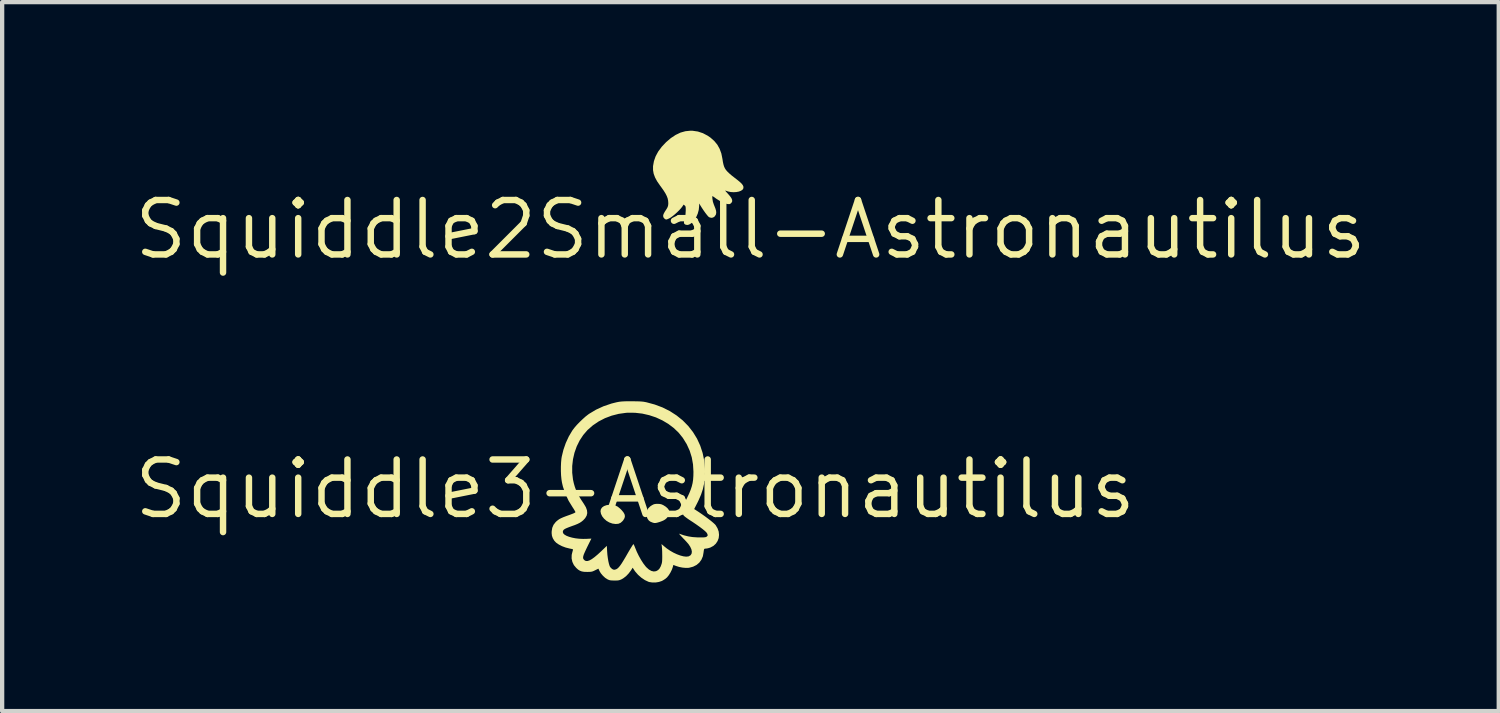
<source format=kicad_pcb>
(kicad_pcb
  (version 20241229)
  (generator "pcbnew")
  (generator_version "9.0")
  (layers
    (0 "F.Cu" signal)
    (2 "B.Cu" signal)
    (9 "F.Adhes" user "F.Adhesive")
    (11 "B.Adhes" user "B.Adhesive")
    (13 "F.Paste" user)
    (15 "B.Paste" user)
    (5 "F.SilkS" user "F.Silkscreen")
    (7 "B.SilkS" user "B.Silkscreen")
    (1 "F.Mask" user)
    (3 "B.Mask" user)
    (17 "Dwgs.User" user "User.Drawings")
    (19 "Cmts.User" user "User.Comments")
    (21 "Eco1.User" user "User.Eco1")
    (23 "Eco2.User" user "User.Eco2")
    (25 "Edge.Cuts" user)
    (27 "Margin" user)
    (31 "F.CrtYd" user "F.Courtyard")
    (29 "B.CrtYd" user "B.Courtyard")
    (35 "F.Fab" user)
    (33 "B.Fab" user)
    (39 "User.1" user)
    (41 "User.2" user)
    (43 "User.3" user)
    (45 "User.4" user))
  (footprint "Squiddle2Small-Astronautilus"
    (layer "F.Cu")
    (at 14.461 2.307)
    (property "Reference" "Squiddle2Small-Astronautilus" (at 0 0 0) (layer "F.SilkS") (effects (font (size 1.27 1.27) (thickness 0.15))))
    (attr board_only exclude_from_pos_files exclude_from_bom)
    (fp_poly (pts (xy -1.351 -2.306) (xy -1.227 -2.288) (xy -1.109 -2.249) (xy -0.997 -2.19) (xy -0.933 -2.146) (xy -0.844 -2.067) (xy -0.773 -1.981) (xy -0.719 -1.884) (xy -0.679 -1.775) (xy -0.654 -1.651) (xy -0.653 -1.647) (xy -0.643 -1.58) (xy -0.631 -1.524) (xy -0.617 -1.476) (xy -0.598 -1.433) (xy -0.572 -1.392) (xy -0.537 -1.352) (xy -0.491 -1.308) (xy -0.434 -1.259) (xy -0.362 -1.203) (xy -0.309 -1.162) (xy -0.248 -1.112) (xy -0.204 -1.07) (xy -0.176 -1.032) (xy -0.163 -0.998) (xy -0.165 -0.965) (xy -0.166 -0.961) (xy -0.185 -0.93) (xy -0.221 -0.906) (xy -0.27 -0.887) (xy -0.328 -0.876) (xy -0.392 -0.872) (xy -0.458 -0.876) (xy -0.521 -0.889) (xy -0.542 -0.896) (xy -0.569 -0.905) (xy -0.587 -0.91) (xy -0.59 -0.911) (xy -0.586 -0.904) (xy -0.569 -0.884) (xy -0.544 -0.856) (xy -0.524 -0.834) (xy -0.475 -0.777) (xy -0.443 -0.731) (xy -0.427 -0.691) (xy -0.426 -0.658) (xy -0.441 -0.629) (xy -0.451 -0.618) (xy -0.471 -0.601) (xy -0.493 -0.594) (xy -0.524 -0.595) (xy -0.529 -0.595) (xy -0.581 -0.606) (xy -0.64 -0.629) (xy -0.708 -0.665) (xy -0.788 -0.714) (xy -0.871 -0.773) (xy -0.883 -0.78) (xy -0.889 -0.779) (xy -0.89 -0.766) (xy -0.889 -0.737) (xy -0.887 -0.715) (xy -0.876 -0.649) (xy -0.853 -0.58) (xy -0.843 -0.556) (xy -0.817 -0.49) (xy -0.802 -0.438) (xy -0.798 -0.395) (xy -0.804 -0.358) (xy -0.808 -0.347) (xy -0.835 -0.306) (xy -0.872 -0.281) (xy -0.914 -0.274) (xy -0.958 -0.286) (xy -0.97 -0.293) (xy -0.99 -0.311) (xy -1.018 -0.345) (xy -1.053 -0.39) (xy -1.092 -0.445) (xy -1.132 -0.505) (xy -1.157 -0.545) (xy -1.197 -0.609) (xy -1.197 -0.551) (xy -1.206 -0.461) (xy -1.23 -0.372) (xy -1.267 -0.287) (xy -1.315 -0.215) (xy -1.337 -0.19) (xy -1.388 -0.143) (xy -1.433 -0.116) (xy -1.476 -0.107) (xy -1.517 -0.116) (xy -1.523 -0.119) (xy -1.542 -0.133) (xy -1.551 -0.154) (xy -1.551 -0.187) (xy -1.542 -0.233) (xy -1.534 -0.26) (xy -1.516 -0.347) (xy -1.51 -0.442) (xy -1.51 -0.443) (xy -1.51 -0.49) (xy -1.512 -0.521) (xy -1.516 -0.54) (xy -1.524 -0.553) (xy -1.534 -0.562) (xy -1.559 -0.583) (xy -1.591 -0.535) (xy -1.621 -0.497) (xy -1.663 -0.451) (xy -1.713 -0.402) (xy -1.765 -0.355) (xy -1.817 -0.313) (xy -1.862 -0.28) (xy -1.888 -0.265) (xy -1.928 -0.246) (xy -1.955 -0.236) (xy -1.975 -0.236) (xy -1.992 -0.245) (xy -2.009 -0.258) (xy -2.031 -0.287) (xy -2.038 -0.321) (xy -2.028 -0.362) (xy -2.001 -0.413) (xy -1.988 -0.433) (xy -1.956 -0.482) (xy -1.935 -0.52) (xy -1.923 -0.554) (xy -1.918 -0.591) (xy -1.917 -0.619) (xy -1.921 -0.674) (xy -1.932 -0.728) (xy -1.953 -0.784) (xy -1.985 -0.846) (xy -2.029 -0.916) (xy -2.086 -0.996) (xy -2.112 -1.031) (xy -2.178 -1.127) (xy -2.226 -1.216) (xy -2.258 -1.302) (xy -2.273 -1.387) (xy -2.273 -1.474) (xy -2.273 -1.48) (xy -2.252 -1.597) (xy -2.212 -1.711) (xy -2.151 -1.823) (xy -2.069 -1.933) (xy -1.968 -2.04) (xy -1.857 -2.135) (xy -1.745 -2.209) (xy -1.632 -2.263) (xy -1.518 -2.295) (xy -1.402 -2.307)) (stroke (width 0) (type solid)) (fill yes) (layer "F.SilkS")))
  (footprint "Squiddle3-Astronautilus"
    (layer "F.Cu")
    (at 11.77 8.362)
    (property "Reference" "Squiddle3-Astronautilus" (at 0 0 0) (layer "F.SilkS") (effects (font (size 1.27 1.27) (thickness 0.15))))
    (attr board_only exclude_from_pos_files exclude_from_bom)
    (fp_poly (pts (xy -0.513 0.37) (xy -0.458 0.384) (xy -0.407 0.41) (xy -0.355 0.452) (xy -0.32 0.486) (xy -0.274 0.54) (xy -0.247 0.587) (xy -0.238 0.632) (xy -0.247 0.676) (xy -0.274 0.723) (xy -0.293 0.747) (xy -0.338 0.787) (xy -0.391 0.81) (xy -0.454 0.815) (xy -0.53 0.805) (xy -0.532 0.804) (xy -0.603 0.779) (xy -0.668 0.741) (xy -0.724 0.692) (xy -0.768 0.637) (xy -0.797 0.577) (xy -0.808 0.517) (xy -0.808 0.516) (xy -0.798 0.468) (xy -0.77 0.428) (xy -0.726 0.397) (xy -0.668 0.376) (xy -0.597 0.366) (xy -0.577 0.366)) (stroke (width 0) (type solid)) (fill yes) (layer "F.SilkS"))
    (fp_poly (pts (xy 0.571 0.347) (xy 0.608 0.354) (xy 0.647 0.37) (xy 0.664 0.379) (xy 0.717 0.413) (xy 0.761 0.453) (xy 0.79 0.494) (xy 0.8 0.52) (xy 0.799 0.553) (xy 0.787 0.594) (xy 0.766 0.637) (xy 0.739 0.675) (xy 0.733 0.682) (xy 0.7 0.71) (xy 0.657 0.735) (xy 0.6 0.758) (xy 0.558 0.772) (xy 0.509 0.786) (xy 0.474 0.792) (xy 0.445 0.792) (xy 0.414 0.784) (xy 0.4 0.779) (xy 0.351 0.758) (xy 0.318 0.732) (xy 0.292 0.696) (xy 0.286 0.683) (xy 0.272 0.648) (xy 0.266 0.613) (xy 0.267 0.569) (xy 0.267 0.567) (xy 0.279 0.501) (xy 0.308 0.447) (xy 0.356 0.401) (xy 0.393 0.377) (xy 0.429 0.358) (xy 0.46 0.349) (xy 0.497 0.345) (xy 0.524 0.345)) (stroke (width 0) (type solid)) (fill yes) (layer "F.SilkS"))
    (fp_poly (pts (xy -0.003 -2.048) (xy 0.062 -2.047) (xy 0.114 -2.045) (xy 0.158 -2.042) (xy 0.196 -2.038) (xy 0.234 -2.031) (xy 0.265 -2.025) (xy 0.457 -1.973) (xy 0.639 -1.905) (xy 0.809 -1.82) (xy 0.967 -1.718) (xy 1.111 -1.602) (xy 1.239 -1.472) (xy 1.35 -1.33) (xy 1.444 -1.177) (xy 1.519 -1.014) (xy 1.575 -0.843) (xy 1.612 -0.665) (xy 1.629 -0.48) (xy 1.631 -0.404) (xy 1.625 -0.258) (xy 1.609 -0.124) (xy 1.58 0.004) (xy 1.538 0.131) (xy 1.48 0.264) (xy 1.455 0.315) (xy 1.378 0.466) (xy 1.484 0.535) (xy 1.563 0.589) (xy 1.639 0.643) (xy 1.71 0.696) (xy 1.772 0.744) (xy 1.823 0.787) (xy 1.861 0.822) (xy 1.879 0.842) (xy 1.923 0.916) (xy 1.95 0.992) (xy 1.958 1.069) (xy 1.95 1.144) (xy 1.924 1.213) (xy 1.883 1.275) (xy 1.827 1.326) (xy 1.756 1.364) (xy 1.751 1.366) (xy 1.712 1.378) (xy 1.676 1.386) (xy 1.66 1.388) (xy 1.632 1.39) (xy 1.614 1.396) (xy 1.614 1.396) (xy 1.608 1.409) (xy 1.602 1.438) (xy 1.597 1.476) (xy 1.597 1.478) (xy 1.581 1.568) (xy 1.547 1.648) (xy 1.497 1.717) (xy 1.433 1.771) (xy 1.354 1.811) (xy 1.264 1.835) (xy 1.236 1.839) (xy 1.175 1.839) (xy 1.103 1.832) (xy 1.027 1.817) (xy 0.957 1.795) (xy 0.943 1.79) (xy 0.892 1.77) (xy 0.879 1.82) (xy 0.858 1.88) (xy 0.826 1.945) (xy 0.788 2.007) (xy 0.747 2.058) (xy 0.742 2.063) (xy 0.706 2.094) (xy 0.66 2.124) (xy 0.625 2.144) (xy 0.556 2.167) (xy 0.479 2.18) (xy 0.401 2.18) (xy 0.33 2.169) (xy 0.311 2.163) (xy 0.228 2.124) (xy 0.145 2.068) (xy 0.068 2) (xy 0.001 1.923) (xy -0.028 1.881) (xy -0.057 1.835) (xy -0.098 1.899) (xy -0.151 1.969) (xy -0.211 2.032) (xy -0.275 2.081) (xy -0.314 2.104) (xy -0.346 2.118) (xy -0.373 2.127) (xy -0.403 2.132) (xy -0.444 2.134) (xy -0.482 2.134) (xy -0.535 2.133) (xy -0.572 2.13) (xy -0.602 2.124) (xy -0.63 2.113) (xy -0.641 2.108) (xy -0.698 2.072) (xy -0.753 2.021) (xy -0.801 1.964) (xy -0.829 1.916) (xy -0.857 1.857) (xy -0.934 1.895) (xy -0.969 1.912) (xy -0.998 1.923) (xy -1.025 1.929) (xy -1.059 1.932) (xy -1.105 1.933) (xy -1.122 1.933) (xy -1.191 1.931) (xy -1.244 1.922) (xy -1.289 1.905) (xy -1.332 1.878) (xy -1.375 1.839) (xy -1.429 1.774) (xy -1.464 1.7) (xy -1.482 1.619) (xy -1.48 1.535) (xy -1.464 1.469) (xy -1.453 1.43) (xy -1.451 1.408) (xy -1.455 1.403) (xy -1.471 1.399) (xy -1.501 1.393) (xy -1.531 1.387) (xy -1.622 1.364) (xy -1.707 1.332) (xy -1.782 1.293) (xy -1.844 1.25) (xy -1.886 1.205) (xy -1.921 1.147) (xy -1.941 1.09) (xy -1.948 1.026) (xy -1.947 1.003) (xy -1.687 1.003) (xy -1.677 1.034) (xy -1.648 1.063) (xy -1.602 1.09) (xy -1.543 1.113) (xy -1.472 1.133) (xy -1.392 1.149) (xy -1.306 1.159) (xy -1.215 1.163) (xy -1.143 1.162) (xy -1.021 1.156) (xy -1.109 1.333) (xy -1.147 1.412) (xy -1.176 1.475) (xy -1.197 1.524) (xy -1.209 1.562) (xy -1.214 1.59) (xy -1.213 1.613) (xy -1.207 1.631) (xy -1.204 1.636) (xy -1.178 1.664) (xy -1.147 1.679) (xy -1.109 1.679) (xy -1.064 1.664) (xy -1.01 1.634) (xy -0.947 1.588) (xy -0.873 1.526) (xy -0.788 1.448) (xy -0.779 1.439) (xy -0.66 1.325) (xy -0.653 1.454) (xy -0.647 1.533) (xy -0.637 1.61) (xy -0.625 1.682) (xy -0.611 1.744) (xy -0.596 1.792) (xy -0.586 1.814) (xy -0.562 1.843) (xy -0.533 1.867) (xy -0.531 1.868) (xy -0.504 1.881) (xy -0.48 1.882) (xy -0.455 1.876) (xy -0.431 1.866) (xy -0.405 1.848) (xy -0.378 1.821) (xy -0.348 1.784) (xy -0.313 1.734) (xy -0.273 1.669) (xy -0.225 1.589) (xy -0.186 1.521) (xy -0.149 1.457) (xy -0.115 1.4) (xy -0.085 1.351) (xy -0.062 1.314) (xy -0.046 1.291) (xy -0.039 1.285) (xy -0.031 1.295) (xy -0.019 1.321) (xy -0.004 1.357) (xy -0.000338 1.367) (xy 0.039 1.463) (xy 0.086 1.559) (xy 0.138 1.652) (xy 0.192 1.736) (xy 0.245 1.805) (xy 0.262 1.824) (xy 0.321 1.877) (xy 0.379 1.91) (xy 0.435 1.923) (xy 0.489 1.916) (xy 0.536 1.89) (xy 0.569 1.855) (xy 0.598 1.803) (xy 0.62 1.74) (xy 0.626 1.713) (xy 0.63 1.683) (xy 0.632 1.636) (xy 0.633 1.579) (xy 0.632 1.516) (xy 0.631 1.452) (xy 0.628 1.393) (xy 0.624 1.344) (xy 0.619 1.311) (xy 0.618 1.308) (xy 0.615 1.293) (xy 0.617 1.287) (xy 0.627 1.293) (xy 0.648 1.31) (xy 0.668 1.328) (xy 0.738 1.385) (xy 0.814 1.437) (xy 0.894 1.483) (xy 0.975 1.521) (xy 1.053 1.55) (xy 1.125 1.569) (xy 1.189 1.577) (xy 1.241 1.572) (xy 1.253 1.568) (xy 1.294 1.544) (xy 1.317 1.508) (xy 1.324 1.462) (xy 1.314 1.408) (xy 1.287 1.348) (xy 1.247 1.287) (xy 1.227 1.263) (xy 1.197 1.229) (xy 1.159 1.188) (xy 1.118 1.146) (xy 1.113 1.14) (xy 1.078 1.103) (xy 1.05 1.073) (xy 1.032 1.051) (xy 1.026 1.042) (xy 1.027 1.041) (xy 1.138 1.079) (xy 1.239 1.104) (xy 1.34 1.12) (xy 1.447 1.127) (xy 1.495 1.128) (xy 1.557 1.128) (xy 1.601 1.127) (xy 1.631 1.124) (xy 1.651 1.12) (xy 1.664 1.114) (xy 1.672 1.108) (xy 1.689 1.091) (xy 1.693 1.075) (xy 1.687 1.052) (xy 1.678 1.032) (xy 1.66 1.008) (xy 1.624 0.974) (xy 1.573 0.932) (xy 1.508 0.883) (xy 1.429 0.827) (xy 1.339 0.766) (xy 1.297 0.739) (xy 1.247 0.706) (xy 1.202 0.674) (xy 1.165 0.646) (xy 1.141 0.626) (xy 1.135 0.62) (xy 1.108 0.575) (xy 1.095 0.526) (xy 1.098 0.47) (xy 1.115 0.407) (xy 1.148 0.332) (xy 1.161 0.307) (xy 1.216 0.198) (xy 1.261 0.103) (xy 1.296 0.017) (xy 1.322 -0.062) (xy 1.341 -0.14) (xy 1.353 -0.22) (xy 1.359 -0.306) (xy 1.361 -0.401) (xy 1.361 -0.403) (xy 1.351 -0.575) (xy 1.322 -0.739) (xy 1.273 -0.896) (xy 1.204 -1.047) (xy 1.115 -1.191) (xy 1.111 -1.197) (xy 1.014 -1.317) (xy 0.901 -1.425) (xy 0.774 -1.521) (xy 0.635 -1.603) (xy 0.486 -1.672) (xy 0.329 -1.724) (xy 0.167 -1.761) (xy 0.001 -1.78) (xy -0.165 -1.782) (xy -0.212 -1.779) (xy -0.383 -1.755) (xy -0.547 -1.713) (xy -0.704 -1.654) (xy -0.851 -1.578) (xy -0.987 -1.486) (xy -1.108 -1.38) (xy -1.112 -1.376) (xy -1.211 -1.261) (xy -1.295 -1.133) (xy -1.363 -0.995) (xy -1.415 -0.848) (xy -1.45 -0.695) (xy -1.468 -0.538) (xy -1.468 -0.38) (xy -1.45 -0.223) (xy -1.431 -0.136) (xy -1.408 -0.056) (xy -1.382 0.017) (xy -1.351 0.089) (xy -1.312 0.163) (xy -1.263 0.244) (xy -1.202 0.336) (xy -1.193 0.35) (xy -1.148 0.426) (xy -1.123 0.496) (xy -1.117 0.56) (xy -1.131 0.62) (xy -1.165 0.678) (xy -1.211 0.728) (xy -1.249 0.759) (xy -1.291 0.787) (xy -1.343 0.813) (xy -1.408 0.84) (xy -1.468 0.861) (xy -1.541 0.888) (xy -1.596 0.91) (xy -1.635 0.928) (xy -1.662 0.946) (xy -1.677 0.964) (xy -1.685 0.983) (xy -1.687 1.003) (xy -1.947 1.003) (xy -1.947 0.987) (xy -1.934 0.905) (xy -1.904 0.834) (xy -1.855 0.771) (xy -1.833 0.75) (xy -1.8 0.723) (xy -1.767 0.7) (xy -1.728 0.68) (xy -1.679 0.658) (xy -1.616 0.634) (xy -1.589 0.624) (xy -1.519 0.599) (xy -1.467 0.579) (xy -1.43 0.564) (xy -1.407 0.552) (xy -1.395 0.543) (xy -1.393 0.541) (xy -1.396 0.528) (xy -1.41 0.503) (xy -1.431 0.467) (xy -1.456 0.429) (xy -1.552 0.273) (xy -1.627 0.112) (xy -1.684 -0.055) (xy -1.707 -0.152) (xy -1.719 -0.228) (xy -1.728 -0.319) (xy -1.732 -0.418) (xy -1.732 -0.52) (xy -1.728 -0.619) (xy -1.72 -0.707) (xy -1.712 -0.757) (xy -1.673 -0.917) (xy -1.618 -1.075) (xy -1.548 -1.227) (xy -1.466 -1.365) (xy -1.459 -1.375) (xy -1.415 -1.433) (xy -1.359 -1.498) (xy -1.293 -1.566) (xy -1.224 -1.632) (xy -1.156 -1.693) (xy -1.093 -1.742) (xy -1.075 -1.755) (xy -0.911 -1.853) (xy -0.736 -1.933) (xy -0.55 -1.996) (xy -0.434 -2.025) (xy -0.394 -2.033) (xy -0.357 -2.039) (xy -0.319 -2.043) (xy -0.275 -2.046) (xy -0.222 -2.048) (xy -0.156 -2.049) (xy -0.085 -2.049)) (stroke (width 0) (type solid)) (fill yes) (layer "F.SilkS")))
  (gr_rect
    (start -3 -3)
    (end 31.922 13.543)
    (stroke (width 0.1) (type default))
    (fill no)
    (layer "Edge.Cuts")))
</source>
